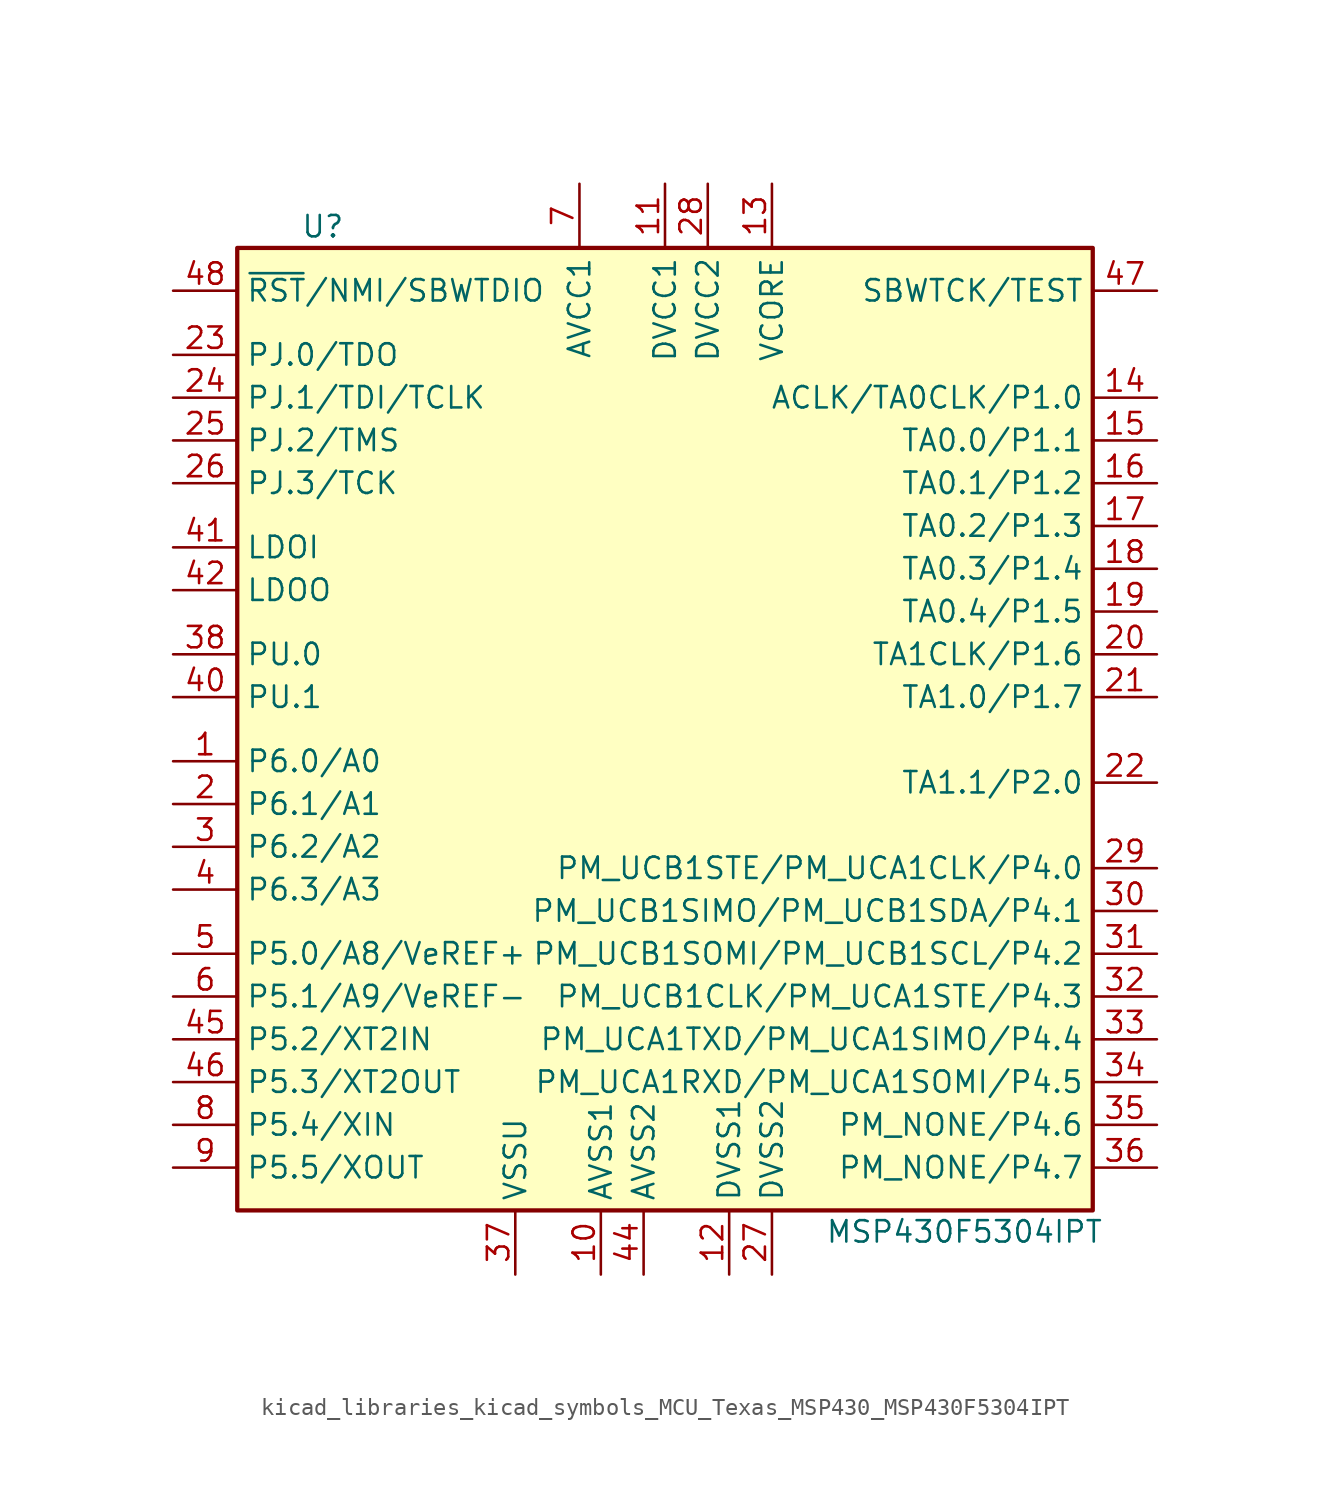
<source format=kicad_sym>
(kicad_symbol_lib
  (version 20220914)
  (generator kicad_symbol_editor)
  (symbol "kicad_libraries_kicad_symbols_MCU_Texas_MSP430_MSP430F5304IPT"
    (property "Reference" "U"
      (at -21.59 30.48 0)
      (effects (font (size 1.27 1.27))))
    (property "Value" "MSP430F5304IPT"
      (at 16.51 -29.21 0)
      (effects (font (size 1.27 1.27))))
    (symbol "kicad_libraries_kicad_symbols_MCU_Texas_MSP430_MSP430F5304IPT_0_1"
      (rectangle (start -26.67 29.21) (end 24.13 -27.94) (stroke (width 0.254) (type default)) (fill (type background))))
    (symbol "kicad_libraries_kicad_symbols_MCU_Texas_MSP430_MSP430F5304IPT_1_1"
      (pin bidirectional line (at -30.48 -1.27 0) (length 3.81) (name "P6.0/A0" (effects (font (size 1.27 1.27)))) (number "1" (effects (font (size 1.27 1.27)))))
      (pin power_in line (at -5.08 -31.75 90) (length 3.81) (name "AVSS1" (effects (font (size 1.27 1.27)))) (number "10" (effects (font (size 1.27 1.27)))))
      (pin power_in line (at -1.27 33.02 270) (length 3.81) (name "DVCC1" (effects (font (size 1.27 1.27)))) (number "11" (effects (font (size 1.27 1.27)))))
      (pin power_in line (at 2.54 -31.75 90) (length 3.81) (name "DVSS1" (effects (font (size 1.27 1.27)))) (number "12" (effects (font (size 1.27 1.27)))))
      (pin bidirectional line (at 5.08 33.02 270) (length 3.81) (name "VCORE" (effects (font (size 1.27 1.27)))) (number "13" (effects (font (size 1.27 1.27)))))
      (pin bidirectional line (at 27.94 20.32 180) (length 3.81) (name "ACLK/TA0CLK/P1.0" (effects (font (size 1.27 1.27)))) (number "14" (effects (font (size 1.27 1.27)))))
      (pin bidirectional line (at 27.94 17.78 180) (length 3.81) (name "TA0.0/P1.1" (effects (font (size 1.27 1.27)))) (number "15" (effects (font (size 1.27 1.27)))))
      (pin bidirectional line (at 27.94 15.24 180) (length 3.81) (name "TA0.1/P1.2" (effects (font (size 1.27 1.27)))) (number "16" (effects (font (size 1.27 1.27)))))
      (pin bidirectional line (at 27.94 12.7 180) (length 3.81) (name "TA0.2/P1.3" (effects (font (size 1.27 1.27)))) (number "17" (effects (font (size 1.27 1.27)))))
      (pin bidirectional line (at 27.94 10.16 180) (length 3.81) (name "TA0.3/P1.4" (effects (font (size 1.27 1.27)))) (number "18" (effects (font (size 1.27 1.27)))))
      (pin bidirectional line (at 27.94 7.62 180) (length 3.81) (name "TA0.4/P1.5" (effects (font (size 1.27 1.27)))) (number "19" (effects (font (size 1.27 1.27)))))
      (pin bidirectional line (at -30.48 -3.81 0) (length 3.81) (name "P6.1/A1" (effects (font (size 1.27 1.27)))) (number "2" (effects (font (size 1.27 1.27)))))
      (pin bidirectional line (at 27.94 5.08 180) (length 3.81) (name "TA1CLK/P1.6" (effects (font (size 1.27 1.27)))) (number "20" (effects (font (size 1.27 1.27)))))
      (pin bidirectional line (at 27.94 2.54 180) (length 3.81) (name "TA1.0/P1.7" (effects (font (size 1.27 1.27)))) (number "21" (effects (font (size 1.27 1.27)))))
      (pin bidirectional line (at 27.94 -2.54 180) (length 3.81) (name "TA1.1/P2.0" (effects (font (size 1.27 1.27)))) (number "22" (effects (font (size 1.27 1.27)))))
      (pin bidirectional line (at -30.48 22.86 0) (length 3.81) (name "PJ.0/TDO" (effects (font (size 1.27 1.27)))) (number "23" (effects (font (size 1.27 1.27)))))
      (pin bidirectional line (at -30.48 20.32 0) (length 3.81) (name "PJ.1/TDI/TCLK" (effects (font (size 1.27 1.27)))) (number "24" (effects (font (size 1.27 1.27)))))
      (pin bidirectional line (at -30.48 17.78 0) (length 3.81) (name "PJ.2/TMS" (effects (font (size 1.27 1.27)))) (number "25" (effects (font (size 1.27 1.27)))))
      (pin bidirectional line (at -30.48 15.24 0) (length 3.81) (name "PJ.3/TCK" (effects (font (size 1.27 1.27)))) (number "26" (effects (font (size 1.27 1.27)))))
      (pin power_in line (at 5.08 -31.75 90) (length 3.81) (name "DVSS2" (effects (font (size 1.27 1.27)))) (number "27" (effects (font (size 1.27 1.27)))))
      (pin power_in line (at 1.27 33.02 270) (length 3.81) (name "DVCC2" (effects (font (size 1.27 1.27)))) (number "28" (effects (font (size 1.27 1.27)))))
      (pin bidirectional line (at 27.94 -7.62 180) (length 3.81) (name "PM_UCB1STE/PM_UCA1CLK/P4.0" (effects (font (size 1.27 1.27)))) (number "29" (effects (font (size 1.27 1.27)))))
      (pin bidirectional line (at -30.48 -6.35 0) (length 3.81) (name "P6.2/A2" (effects (font (size 1.27 1.27)))) (number "3" (effects (font (size 1.27 1.27)))))
      (pin bidirectional line (at 27.94 -10.16 180) (length 3.81) (name "PM_UCB1SIMO/PM_UCB1SDA/P4.1" (effects (font (size 1.27 1.27)))) (number "30" (effects (font (size 1.27 1.27)))))
      (pin bidirectional line (at 27.94 -12.7 180) (length 3.81) (name "PM_UCB1SOMI/PM_UCB1SCL/P4.2" (effects (font (size 1.27 1.27)))) (number "31" (effects (font (size 1.27 1.27)))))
      (pin bidirectional line (at 27.94 -15.24 180) (length 3.81) (name "PM_UCB1CLK/PM_UCA1STE/P4.3" (effects (font (size 1.27 1.27)))) (number "32" (effects (font (size 1.27 1.27)))))
      (pin bidirectional line (at 27.94 -17.78 180) (length 3.81) (name "PM_UCA1TXD/PM_UCA1SIMO/P4.4" (effects (font (size 1.27 1.27)))) (number "33" (effects (font (size 1.27 1.27)))))
      (pin bidirectional line (at 27.94 -20.32 180) (length 3.81) (name "PM_UCA1RXD/PM_UCA1SOMI/P4.5" (effects (font (size 1.27 1.27)))) (number "34" (effects (font (size 1.27 1.27)))))
      (pin bidirectional line (at 27.94 -22.86 180) (length 3.81) (name "PM_NONE/P4.6" (effects (font (size 1.27 1.27)))) (number "35" (effects (font (size 1.27 1.27)))))
      (pin bidirectional line (at 27.94 -25.4 180) (length 3.81) (name "PM_NONE/P4.7" (effects (font (size 1.27 1.27)))) (number "36" (effects (font (size 1.27 1.27)))))
      (pin power_in line (at -10.16 -31.75 90) (length 3.81) (name "VSSU" (effects (font (size 1.27 1.27)))) (number "37" (effects (font (size 1.27 1.27)))))
      (pin bidirectional line (at -30.48 5.08 0) (length 3.81) (name "PU.0" (effects (font (size 1.27 1.27)))) (number "38" (effects (font (size 1.27 1.27)))))
      (pin bidirectional line (at -30.48 -8.89 0) (length 3.81) (name "P6.3/A3" (effects (font (size 1.27 1.27)))) (number "4" (effects (font (size 1.27 1.27)))))
      (pin bidirectional line (at -30.48 2.54 0) (length 3.81) (name "PU.1" (effects (font (size 1.27 1.27)))) (number "40" (effects (font (size 1.27 1.27)))))
      (pin power_in line (at -30.48 11.43 0) (length 3.81) (name "LDOI" (effects (font (size 1.27 1.27)))) (number "41" (effects (font (size 1.27 1.27)))))
      (pin power_out line (at -30.48 8.89 0) (length 3.81) (name "LDOO" (effects (font (size 1.27 1.27)))) (number "42" (effects (font (size 1.27 1.27)))))
      (pin power_in line (at -2.54 -31.75 90) (length 3.81) (name "AVSS2" (effects (font (size 1.27 1.27)))) (number "44" (effects (font (size 1.27 1.27)))))
      (pin bidirectional line (at -30.48 -17.78 0) (length 3.81) (name "P5.2/XT2IN" (effects (font (size 1.27 1.27)))) (number "45" (effects (font (size 1.27 1.27)))))
      (pin bidirectional line (at -30.48 -20.32 0) (length 3.81) (name "P5.3/XT2OUT" (effects (font (size 1.27 1.27)))) (number "46" (effects (font (size 1.27 1.27)))))
      (pin input line (at 27.94 26.67 180) (length 3.81) (name "SBWTCK/TEST" (effects (font (size 1.27 1.27)))) (number "47" (effects (font (size 1.27 1.27)))))
      (pin input line (at -30.48 26.67 0) (length 3.81) (name "~{RST}/NMI/SBWTDIO" (effects (font (size 1.27 1.27)))) (number "48" (effects (font (size 1.27 1.27)))))
      (pin bidirectional line (at -30.48 -12.7 0) (length 3.81) (name "P5.0/A8/VeREF+" (effects (font (size 1.27 1.27)))) (number "5" (effects (font (size 1.27 1.27)))))
      (pin bidirectional line (at -30.48 -15.24 0) (length 3.81) (name "P5.1/A9/VeREF-" (effects (font (size 1.27 1.27)))) (number "6" (effects (font (size 1.27 1.27)))))
      (pin power_in line (at -6.35 33.02 270) (length 3.81) (name "AVCC1" (effects (font (size 1.27 1.27)))) (number "7" (effects (font (size 1.27 1.27)))))
      (pin bidirectional line (at -30.48 -22.86 0) (length 3.81) (name "P5.4/XIN" (effects (font (size 1.27 1.27)))) (number "8" (effects (font (size 1.27 1.27)))))
      (pin bidirectional line (at -30.48 -25.4 0) (length 3.81) (name "P5.5/XOUT" (effects (font (size 1.27 1.27)))) (number "9" (effects (font (size 1.27 1.27))))))))
</source>
